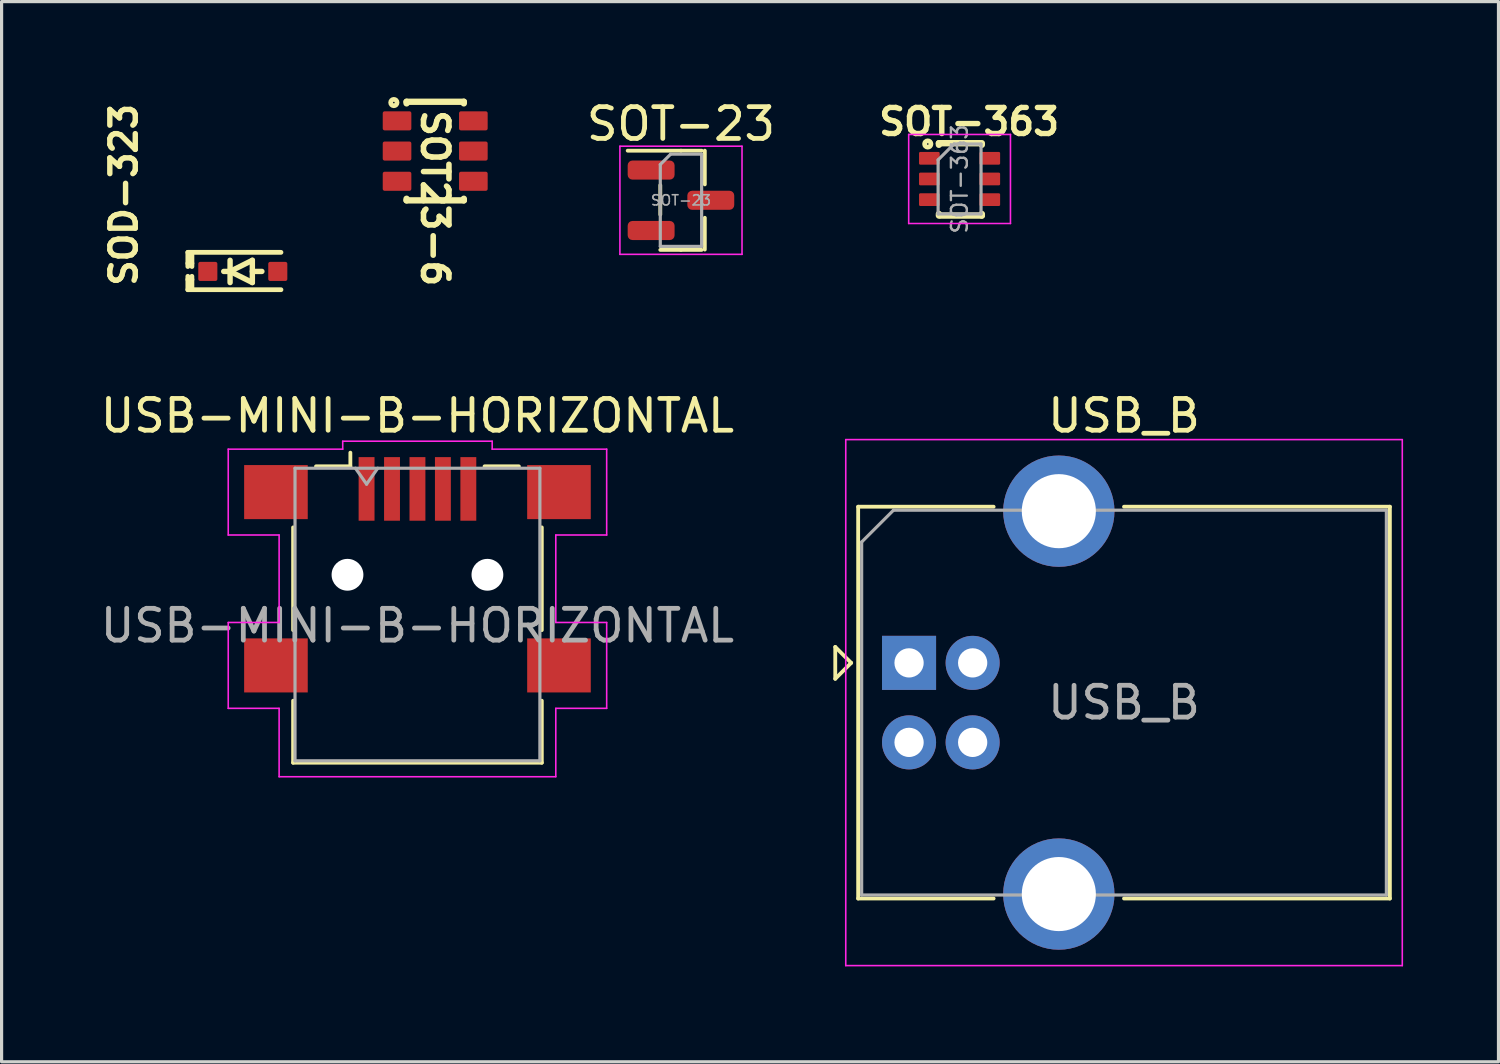
<source format=kicad_pcb>
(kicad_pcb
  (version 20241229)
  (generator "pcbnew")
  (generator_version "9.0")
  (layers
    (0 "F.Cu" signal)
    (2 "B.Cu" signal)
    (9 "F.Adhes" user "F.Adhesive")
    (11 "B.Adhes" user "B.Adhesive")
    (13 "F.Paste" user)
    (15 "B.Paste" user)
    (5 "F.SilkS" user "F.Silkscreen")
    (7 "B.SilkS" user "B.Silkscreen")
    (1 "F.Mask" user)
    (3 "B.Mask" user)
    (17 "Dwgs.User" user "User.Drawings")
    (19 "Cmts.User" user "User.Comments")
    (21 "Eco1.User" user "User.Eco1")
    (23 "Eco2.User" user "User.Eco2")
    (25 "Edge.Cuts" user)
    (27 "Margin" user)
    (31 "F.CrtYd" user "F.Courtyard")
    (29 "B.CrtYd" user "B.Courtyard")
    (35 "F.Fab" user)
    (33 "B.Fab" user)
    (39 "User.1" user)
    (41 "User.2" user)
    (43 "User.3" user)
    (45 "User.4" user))
  (footprint "SOT-23"
    (layer "F.Cu")
    (at 18.363 3.248)
    (property "Reference" "SOT-23" (at 0 -2.4 0) (layer "F.SilkS") (effects (font (size 1 1) (thickness 0.15))))
    (attr smd)
    (fp_line (start -0.65 0.45) (end -0.65 -0.475) (stroke (width 0.12) (type solid)) (layer "F.SilkS"))
    (fp_line (start 0 -1.56) (end -1.675 -1.56) (stroke (width 0.12) (type solid)) (layer "F.SilkS"))
    (fp_line (start 0 -1.56) (end 0.65 -1.56) (stroke (width 0.12) (type solid)) (layer "F.SilkS"))
    (fp_line (start 0 1.56) (end -0.65 1.56) (stroke (width 0.12) (type solid)) (layer "F.SilkS"))
    (fp_line (start 0 1.56) (end 0.65 1.56) (stroke (width 0.12) (type solid)) (layer "F.SilkS"))
    (fp_line (start 0.75 -0.5) (end 0.75 -1.56) (stroke (width 0.12) (type solid)) (layer "F.SilkS"))
    (fp_line (start 0.75 1.55) (end 0.75 0.55) (stroke (width 0.12) (type solid)) (layer "F.SilkS"))
    (fp_line (start -1.92 -1.7) (end -1.92 1.7) (stroke (width 0.05) (type solid)) (layer "F.CrtYd"))
    (fp_line (start -1.92 1.7) (end 1.92 1.7) (stroke (width 0.05) (type solid)) (layer "F.CrtYd"))
    (fp_line (start 1.92 -1.7) (end -1.92 -1.7) (stroke (width 0.05) (type solid)) (layer "F.CrtYd"))
    (fp_line (start 1.92 1.7) (end 1.92 -1.7) (stroke (width 0.05) (type solid)) (layer "F.CrtYd"))
    (fp_line (start -0.65 -1.125) (end -0.325 -1.45) (stroke (width 0.1) (type solid)) (layer "F.Fab"))
    (fp_line (start -0.65 1.45) (end -0.65 -1.125) (stroke (width 0.1) (type solid)) (layer "F.Fab"))
    (fp_line (start -0.325 -1.45) (end 0.65 -1.45) (stroke (width 0.1) (type solid)) (layer "F.Fab"))
    (fp_line (start 0.65 -1.45) (end 0.65 1.45) (stroke (width 0.1) (type solid)) (layer "F.Fab"))
    (fp_line (start 0.65 1.45) (end -0.65 1.45) (stroke (width 0.1) (type solid)) (layer "F.Fab"))
    (fp_text user "${REFERENCE}" (at 0 0 0) (layer "F.Fab") (effects (font (size 0.32 0.32) (thickness 0.05))))
    (pad "1" smd roundrect (at -0.938 -0.95) (size 1.475 0.6) (layers "F.Cu" "F.Mask" "F.Paste") (roundrect_rratio 0.25))
    (pad "2" smd roundrect (at 0.938 0) (size 1.475 0.6) (layers "F.Cu" "F.Mask" "F.Paste") (roundrect_rratio 0.25))
    (pad "3" smd roundrect (at -0.938 0.95) (size 1.475 0.6) (layers "F.Cu" "F.Mask" "F.Paste") (roundrect_rratio 0.25)))
  (footprint "SOT23-6"
    (layer "F.Cu")
    (at 10.635 1.7)
    (property "Reference" "SOT23-6" (at -0.475 -1.375 270) (unlocked yes) (layer "F.SilkS") (effects (font (size 0.8 0.8) (thickness 0.175)) (justify left bottom)))
    (fp_line (start -0.9 -1.55) (end -0.9 -1.5) (stroke (width 0.2) (type solid)) (layer "F.SilkS"))
    (fp_line (start -0.9 1.5) (end -0.9 1.55) (stroke (width 0.2) (type solid)) (layer "F.SilkS"))
    (fp_line (start 0.9 -1.55) (end -0.9 -1.55) (stroke (width 0.2) (type solid)) (layer "F.SilkS"))
    (fp_line (start 0.9 -1.55) (end 0.9 -1.5) (stroke (width 0.2) (type solid)) (layer "F.SilkS"))
    (fp_line (start 0.9 1.5) (end 0.9 1.55) (stroke (width 0.2) (type solid)) (layer "F.SilkS"))
    (fp_line (start 0.9 1.55) (end -0.9 1.55) (stroke (width 0.2) (type solid)) (layer "F.SilkS"))
    (fp_circle (center -1.3 -1.525) (end -1.3 -1.425) (stroke (width 0.15) (type solid)) (fill no) (layer "F.SilkS"))
    (pad "1" smd roundrect (at -1.2 -0.95 270) (size 0.6 0.9) (layers "F.Cu" "F.Mask" "F.Paste") (roundrect_rratio 0.1))
    (pad "2" smd roundrect (at -1.2 0 270) (size 0.6 0.9) (layers "F.Cu" "F.Mask" "F.Paste") (roundrect_rratio 0.1))
    (pad "3" smd roundrect (at -1.2 0.95 270) (size 0.6 0.9) (layers "F.Cu" "F.Mask" "F.Paste") (roundrect_rratio 0.1))
    (pad "4" smd roundrect (at 1.2 0.95 270) (size 0.6 0.9) (layers "F.Cu" "F.Mask" "F.Paste") (roundrect_rratio 0.1))
    (pad "5" smd roundrect (at 1.2 0 270) (size 0.6 0.9) (layers "F.Cu" "F.Mask" "F.Paste") (roundrect_rratio 0.1))
    (pad "6" smd roundrect (at 1.2 -0.95 270) (size 0.6 0.9) (layers "F.Cu" "F.Mask" "F.Paste") (roundrect_rratio 0.1)))
  (footprint "USB-MINI-B-HORIZONTAL"
    (layer "F.Cu")
    (at 10.077 15.024)
    (property "Reference" "USB-MINI-B-HORIZONTAL" (at 0 -5 0) (layer "F.SilkS") (effects (font (size 1 1) (thickness 0.15))))
    (attr smd)
    (fp_line (start -3.91 1.74) (end -3.91 -1.49) (stroke (width 0.12) (type solid)) (layer "F.SilkS"))
    (fp_line (start -3.91 5.91) (end -3.91 3.96) (stroke (width 0.12) (type solid)) (layer "F.SilkS"))
    (fp_line (start -3.19 -3.41) (end -2.11 -3.41) (stroke (width 0.12) (type solid)) (layer "F.SilkS"))
    (fp_line (start -2.11 -3.41) (end -2.11 -3.84) (stroke (width 0.12) (type solid)) (layer "F.SilkS"))
    (fp_line (start 2.11 -3.41) (end 3.19 -3.41) (stroke (width 0.12) (type solid)) (layer "F.SilkS"))
    (fp_line (start 3.91 1.74) (end 3.91 -1.49) (stroke (width 0.12) (type solid)) (layer "F.SilkS"))
    (fp_line (start 3.91 5.91) (end -3.91 5.91) (stroke (width 0.12) (type solid)) (layer "F.SilkS"))
    (fp_line (start 3.91 5.91) (end 3.91 3.96) (stroke (width 0.12) (type solid)) (layer "F.SilkS"))
    (fp_line (start -5.95 -3.95) (end -5.95 -1.25) (stroke (width 0.05) (type solid)) (layer "F.CrtYd"))
    (fp_line (start -5.95 -3.95) (end -2.35 -3.95) (stroke (width 0.05) (type solid)) (layer "F.CrtYd"))
    (fp_line (start -5.95 1.5) (end -5.95 4.2) (stroke (width 0.05) (type solid)) (layer "F.CrtYd"))
    (fp_line (start -4.35 -1.25) (end -5.95 -1.25) (stroke (width 0.05) (type solid)) (layer "F.CrtYd"))
    (fp_line (start -4.35 -1.25) (end -4.35 1.5) (stroke (width 0.05) (type solid)) (layer "F.CrtYd"))
    (fp_line (start -4.35 1.5) (end -5.95 1.5) (stroke (width 0.05) (type solid)) (layer "F.CrtYd"))
    (fp_line (start -4.35 4.2) (end -5.95 4.2) (stroke (width 0.05) (type solid)) (layer "F.CrtYd"))
    (fp_line (start -4.35 6.35) (end -4.35 4.2) (stroke (width 0.05) (type solid)) (layer "F.CrtYd"))
    (fp_line (start -4.35 6.35) (end 4.35 6.35) (stroke (width 0.05) (type solid)) (layer "F.CrtYd"))
    (fp_line (start -2.35 -3.95) (end -2.35 -4.2) (stroke (width 0.05) (type solid)) (layer "F.CrtYd"))
    (fp_line (start 2.35 -4.2) (end -2.35 -4.2) (stroke (width 0.05) (type solid)) (layer "F.CrtYd"))
    (fp_line (start 2.35 -3.95) (end 2.35 -4.2) (stroke (width 0.05) (type solid)) (layer "F.CrtYd"))
    (fp_line (start 4.35 -1.25) (end 4.35 1.5) (stroke (width 0.05) (type solid)) (layer "F.CrtYd"))
    (fp_line (start 4.35 -1.25) (end 5.95 -1.25) (stroke (width 0.05) (type solid)) (layer "F.CrtYd"))
    (fp_line (start 4.35 1.5) (end 5.95 1.5) (stroke (width 0.05) (type solid)) (layer "F.CrtYd"))
    (fp_line (start 4.35 4.2) (end 5.95 4.2) (stroke (width 0.05) (type solid)) (layer "F.CrtYd"))
    (fp_line (start 4.35 6.35) (end 4.35 4.2) (stroke (width 0.05) (type solid)) (layer "F.CrtYd"))
    (fp_line (start 5.95 -3.95) (end 2.35 -3.95) (stroke (width 0.05) (type solid)) (layer "F.CrtYd"))
    (fp_line (start 5.95 -3.95) (end 5.95 -1.25) (stroke (width 0.05) (type solid)) (layer "F.CrtYd"))
    (fp_line (start 5.95 1.5) (end 5.95 4.2) (stroke (width 0.05) (type solid)) (layer "F.CrtYd"))
    (fp_line (start -3.85 -3.35) (end -3.85 5.85) (stroke (width 0.1) (type solid)) (layer "F.Fab"))
    (fp_line (start -3.85 -3.35) (end 3.85 -3.35) (stroke (width 0.1) (type solid)) (layer "F.Fab"))
    (fp_line (start -3.85 5.85) (end 3.85 5.85) (stroke (width 0.1) (type solid)) (layer "F.Fab"))
    (fp_line (start -1.95 -3.35) (end -1.6 -2.85) (stroke (width 0.1) (type solid)) (layer "F.Fab"))
    (fp_line (start -1.6 -2.85) (end -1.25 -3.35) (stroke (width 0.1) (type solid)) (layer "F.Fab"))
    (fp_line (start 3.85 5.85) (end 3.85 -3.35) (stroke (width 0.1) (type solid)) (layer "F.Fab"))
    (fp_text user "${REFERENCE}" (at 0 1.6 180) (layer "F.Fab") (effects (font (size 1 1) (thickness 0.15))))
    (pad "" np_thru_hole circle (at -2.2 0) (size 1 1) (drill 1) (layers "*.Cu" "*.Mask"))
    (pad "" np_thru_hole circle (at 2.2 0) (size 1 1) (drill 1) (layers "*.Cu" "*.Mask"))
    (pad "1" smd rect (at -1.6 -2.7) (size 0.5 2) (layers "F.Cu" "F.Mask" "F.Paste"))
    (pad "2" smd rect (at -0.8 -2.7) (size 0.5 2) (layers "F.Cu" "F.Mask" "F.Paste"))
    (pad "3" smd rect (at 0 -2.7) (size 0.5 2) (layers "F.Cu" "F.Mask" "F.Paste"))
    (pad "4" smd rect (at 0.8 -2.7) (size 0.5 2) (layers "F.Cu" "F.Mask" "F.Paste"))
    (pad "5" smd rect (at 1.6 -2.7) (size 0.5 2) (layers "F.Cu" "F.Mask" "F.Paste"))
    (pad "6" smd rect (at -4.45 -2.6) (size 2 1.7) (layers "F.Cu" "F.Mask" "F.Paste"))
    (pad "6" smd rect (at -4.45 2.85) (size 2 1.7) (layers "F.Cu" "F.Mask" "F.Paste"))
    (pad "6" smd rect (at 4.45 -2.6) (size 2 1.7) (layers "F.Cu" "F.Mask" "F.Paste"))
    (pad "6" smd rect (at 4.45 2.85) (size 2 1.7) (layers "F.Cu" "F.Mask" "F.Paste")))
  (footprint "SOD-323"
    (layer "F.Cu")
    (at 4.585 5.485)
    (property "Reference" "SOD-323" (at -3.275 0.541 90) (unlocked yes) (layer "F.SilkS") (effects (font (size 0.8 0.8) (thickness 0.17)) (justify left bottom)))
    (fp_line (start -1.728 -0.6) (end 1.2 -0.6) (stroke (width 0.15) (type solid)) (layer "F.SilkS"))
    (fp_line (start -1.728 -0.254) (end -1.601 -0.254) (stroke (width 0.15) (type solid)) (layer "F.SilkS"))
    (fp_line (start -1.728 -0.154) (end -1.728 -0.6) (stroke (width 0.15) (type solid)) (layer "F.SilkS"))
    (fp_line (start -1.728 0.254) (end -1.6 0.254) (stroke (width 0.15) (type solid)) (layer "F.SilkS"))
    (fp_line (start -1.728 0.575) (end -1.728 0.154) (stroke (width 0.15) (type solid)) (layer "F.SilkS"))
    (fp_line (start -1.728 0.575) (end 1.2 0.575) (stroke (width 0.15) (type solid)) (layer "F.SilkS"))
    (fp_line (start -1.6 -0.154) (end -1.6 -0.6) (stroke (width 0.15) (type solid)) (layer "F.SilkS"))
    (fp_line (start -1.6 0.55) (end -1.601 0.154) (stroke (width 0.15) (type solid)) (layer "F.SilkS"))
    (fp_line (start -0.6 0) (end -0.4 0) (stroke (width 0.17) (type solid)) (layer "F.SilkS"))
    (fp_line (start -0.4 0) (end 0.3 -0.35) (stroke (width 0.17) (type solid)) (layer "F.SilkS"))
    (fp_line (start -0.4 0) (end 0.3 0.35) (stroke (width 0.17) (type solid)) (layer "F.SilkS"))
    (fp_line (start -0.4 0.35) (end -0.4 -0.35) (stroke (width 0.17) (type solid)) (layer "F.SilkS"))
    (fp_line (start 0.3 0) (end 0.6 0) (stroke (width 0.17) (type solid)) (layer "F.SilkS"))
    (fp_line (start 0.3 0.35) (end 0.3 -0.35) (stroke (width 0.17) (type solid)) (layer "F.SilkS"))
    (pad "1" smd roundrect (at -1.1 0 270) (size 0.6 0.6) (layers "F.Cu" "F.Mask" "F.Paste") (roundrect_rratio 0.1))
    (pad "2" smd roundrect (at 1.1 0 270) (size 0.6 0.6) (layers "F.Cu" "F.Mask" "F.Paste") (roundrect_rratio 0.1)))
  (footprint "SOT-363"
    (layer "F.Cu")
    (at 27.124 2.578)
    (property "Reference" "SOT-363" (at 0.3 -1.8 180) (layer "F.SilkS") (effects (font (size 0.82 0.82) (thickness 0.17))))
    (attr smd)
    (fp_line (start -0.65 -1.125) (end -0.65 -1.075) (stroke (width 0.2) (type solid)) (layer "F.SilkS"))
    (fp_line (start -0.65 1.15) (end -0.65 1.1) (stroke (width 0.2) (type solid)) (layer "F.SilkS"))
    (fp_line (start -0.6 1.15) (end 0.7 1.15) (stroke (width 0.2) (type solid)) (layer "F.SilkS"))
    (fp_line (start 0.65 -1.125) (end -0.65 -1.125) (stroke (width 0.2) (type solid)) (layer "F.SilkS"))
    (fp_line (start 0.7 -1.125) (end 0.7 -1.075) (stroke (width 0.2) (type solid)) (layer "F.SilkS"))
    (fp_line (start 0.7 1.15) (end 0.7 1.1) (stroke (width 0.2) (type solid)) (layer "F.SilkS"))
    (fp_circle (center -1 -1.1) (end -1 -1) (stroke (width 0.15) (type solid)) (fill no) (layer "F.SilkS"))
    (fp_line (start -1.6 -1.4) (end -1.6 1.4) (stroke (width 0.05) (type solid)) (layer "F.CrtYd"))
    (fp_line (start -1.6 -1.4) (end 1.6 -1.4) (stroke (width 0.05) (type solid)) (layer "F.CrtYd"))
    (fp_line (start -1.6 1.4) (end 1.6 1.4) (stroke (width 0.05) (type solid)) (layer "F.CrtYd"))
    (fp_line (start 1.6 1.4) (end 1.6 -1.4) (stroke (width 0.05) (type solid)) (layer "F.CrtYd"))
    (fp_line (start -0.675 -0.6) (end -0.675 1.1) (stroke (width 0.1) (type solid)) (layer "F.Fab"))
    (fp_line (start -0.175 -1.1) (end -0.675 -0.6) (stroke (width 0.1) (type solid)) (layer "F.Fab"))
    (fp_line (start 0.675 -1.1) (end -0.175 -1.1) (stroke (width 0.1) (type solid)) (layer "F.Fab"))
    (fp_line (start 0.675 -1.1) (end 0.675 1.1) (stroke (width 0.1) (type solid)) (layer "F.Fab"))
    (fp_line (start 0.675 1.1) (end -0.675 1.1) (stroke (width 0.1) (type solid)) (layer "F.Fab"))
    (fp_text user "${REFERENCE}" (at 0 0 90) (layer "F.Fab") (effects (font (size 0.5 0.5) (thickness 0.075))))
    (pad "1" smd roundrect (at -0.95 -0.65) (size 0.65 0.4) (layers "F.Cu" "F.Mask" "F.Paste") (roundrect_rratio 0.1))
    (pad "2" smd roundrect (at -0.95 0) (size 0.65 0.4) (layers "F.Cu" "F.Mask" "F.Paste") (roundrect_rratio 0.1))
    (pad "3" smd roundrect (at -0.95 0.65) (size 0.65 0.4) (layers "F.Cu" "F.Mask" "F.Paste") (roundrect_rratio 0.1))
    (pad "4" smd roundrect (at 0.95 0.65) (size 0.65 0.4) (layers "F.Cu" "F.Mask" "F.Paste") (roundrect_rratio 0.1))
    (pad "5" smd roundrect (at 0.95 0) (size 0.65 0.4) (layers "F.Cu" "F.Mask" "F.Paste") (roundrect_rratio 0.1))
    (pad "6" smd roundrect (at 0.95 -0.65) (size 0.65 0.4) (layers "F.Cu" "F.Mask" "F.Paste") (roundrect_rratio 0.1)))
  (footprint "USB_B"
    (layer "F.Cu")
    (at 32.295 19.044)
    (property "Reference" "USB_B" (at 0 -9.02 0) (layer "F.SilkS") (effects (font (size 1 1) (thickness 0.15))))
    (attr through_hole)
    (fp_line (start -9.08 -1.75) (end -9.08 -0.75) (stroke (width 0.12) (type solid)) (layer "F.SilkS"))
    (fp_line (start -9.08 -0.75) (end -8.58 -1.25) (stroke (width 0.12) (type solid)) (layer "F.SilkS"))
    (fp_line (start -8.58 -1.25) (end -9.08 -1.75) (stroke (width 0.12) (type solid)) (layer "F.SilkS"))
    (fp_line (start -8.36 -6.16) (end -8.36 6.16) (stroke (width 0.12) (type solid)) (layer "F.SilkS"))
    (fp_line (start -8.36 6.16) (end -4.1 6.16) (stroke (width 0.12) (type solid)) (layer "F.SilkS"))
    (fp_line (start -4.1 -6.16) (end -8.36 -6.16) (stroke (width 0.12) (type solid)) (layer "F.SilkS"))
    (fp_line (start 0 -6.16) (end 8.36 -6.16) (stroke (width 0.12) (type solid)) (layer "F.SilkS"))
    (fp_line (start 8.36 -6.16) (end 8.36 6.16) (stroke (width 0.12) (type solid)) (layer "F.SilkS"))
    (fp_line (start 8.36 6.16) (end 0 6.16) (stroke (width 0.12) (type solid)) (layer "F.SilkS"))
    (fp_line (start -8.75 -8.27) (end -8.75 8.27) (stroke (width 0.05) (type solid)) (layer "F.CrtYd"))
    (fp_line (start -8.75 8.27) (end 8.75 8.27) (stroke (width 0.05) (type solid)) (layer "F.CrtYd"))
    (fp_line (start 8.75 -8.27) (end -8.75 -8.27) (stroke (width 0.05) (type solid)) (layer "F.CrtYd"))
    (fp_line (start 8.75 8.27) (end 8.75 -8.27) (stroke (width 0.05) (type solid)) (layer "F.CrtYd"))
    (fp_line (start -8.25 -5.05) (end -7.25 -6.05) (stroke (width 0.1) (type solid)) (layer "F.Fab"))
    (fp_line (start -8.25 6.05) (end -8.25 -5.05) (stroke (width 0.1) (type solid)) (layer "F.Fab"))
    (fp_line (start -7.25 -6.05) (end 8.25 -6.05) (stroke (width 0.1) (type solid)) (layer "F.Fab"))
    (fp_line (start 8.25 -6.05) (end 8.25 6.05) (stroke (width 0.1) (type solid)) (layer "F.Fab"))
    (fp_line (start 8.25 6.05) (end -8.25 6.05) (stroke (width 0.1) (type solid)) (layer "F.Fab"))
    (fp_text user "${REFERENCE}" (at 0 0 0) (layer "F.Fab") (effects (font (size 1 1) (thickness 0.15))))
    (pad "1" thru_hole rect (at -6.76 -1.25) (size 1.7 1.7) (drill 0.92) (layers "*.Cu" "*.Mask"))
    (pad "2" thru_hole circle (at -6.76 1.25) (size 1.7 1.7) (drill 0.92) (layers "*.Cu" "*.Mask"))
    (pad "3" thru_hole circle (at -4.76 1.25) (size 1.7 1.7) (drill 0.92) (layers "*.Cu" "*.Mask"))
    (pad "4" thru_hole circle (at -4.76 -1.25) (size 1.7 1.7) (drill 0.92) (layers "*.Cu" "*.Mask"))
    (pad "5" thru_hole circle (at -2.05 -6.02) (size 3.5 3.5) (drill 2.33) (layers "*.Cu" "*.Mask"))
    (pad "5" thru_hole circle (at -2.05 6.02) (size 3.5 3.5) (drill 2.33) (layers "*.Cu" "*.Mask")))
  (gr_rect
    (start -3 -3)
    (end 44.07 30.339)
    (stroke (width 0.1) (type default))
    (fill no)
    (layer "Edge.Cuts")))
</source>
